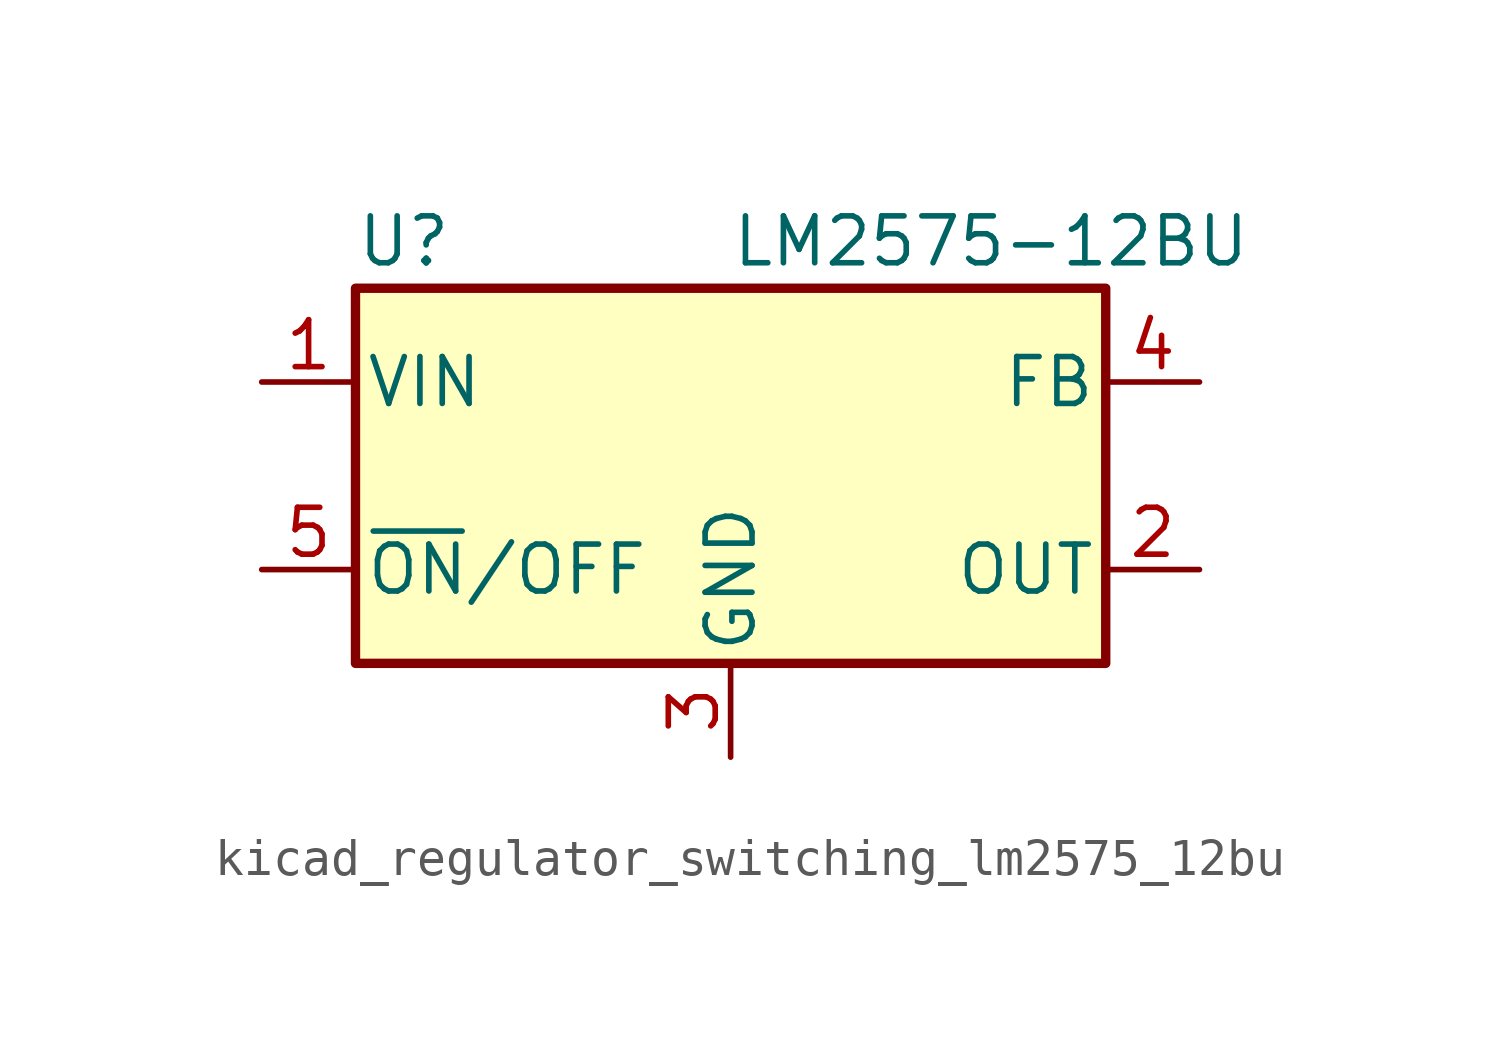
<source format=kicad_sym>
(kicad_symbol_lib
  (version 20220914)
  (generator kicad_symbol_editor)
  (symbol "kicad_regulator_switching_lm2575_12bu"
    (pin_names
      (offset 0.254))
    (property "Reference" "U"
      (at -10.16 6.35 0)
      (effects (font (size 1.27 1.27)) (justify left)))
    (property "Value" "LM2575-12BU"
      (at 0 6.35 0)
      (effects (font (size 1.27 1.27)) (justify left)))
    (symbol "kicad_regulator_switching_lm2575_12bu_0_1"
      (rectangle (start -10.16 5.08) (end 10.16 -5.08) (stroke (width 0.254) (type default)) (fill (type background))))
    (symbol "kicad_regulator_switching_lm2575_12bu_1_1"
      (pin power_in line (at -12.7 2.54 0) (length 2.54) (name "VIN" (effects (font (size 1.27 1.27)))) (number "1" (effects (font (size 1.27 1.27)))))
      (pin output line (at 12.7 -2.54 180) (length 2.54) (name "OUT" (effects (font (size 1.27 1.27)))) (number "2" (effects (font (size 1.27 1.27)))))
      (pin power_in line (at 0 -7.62 90) (length 2.54) (name "GND" (effects (font (size 1.27 1.27)))) (number "3" (effects (font (size 1.27 1.27)))))
      (pin input line (at 12.7 2.54 180) (length 2.54) (name "FB" (effects (font (size 1.27 1.27)))) (number "4" (effects (font (size 1.27 1.27)))))
      (pin input line (at -12.7 -2.54 0) (length 2.54) (name "~{ON}/OFF" (effects (font (size 1.27 1.27)))) (number "5" (effects (font (size 1.27 1.27))))))))
</source>
